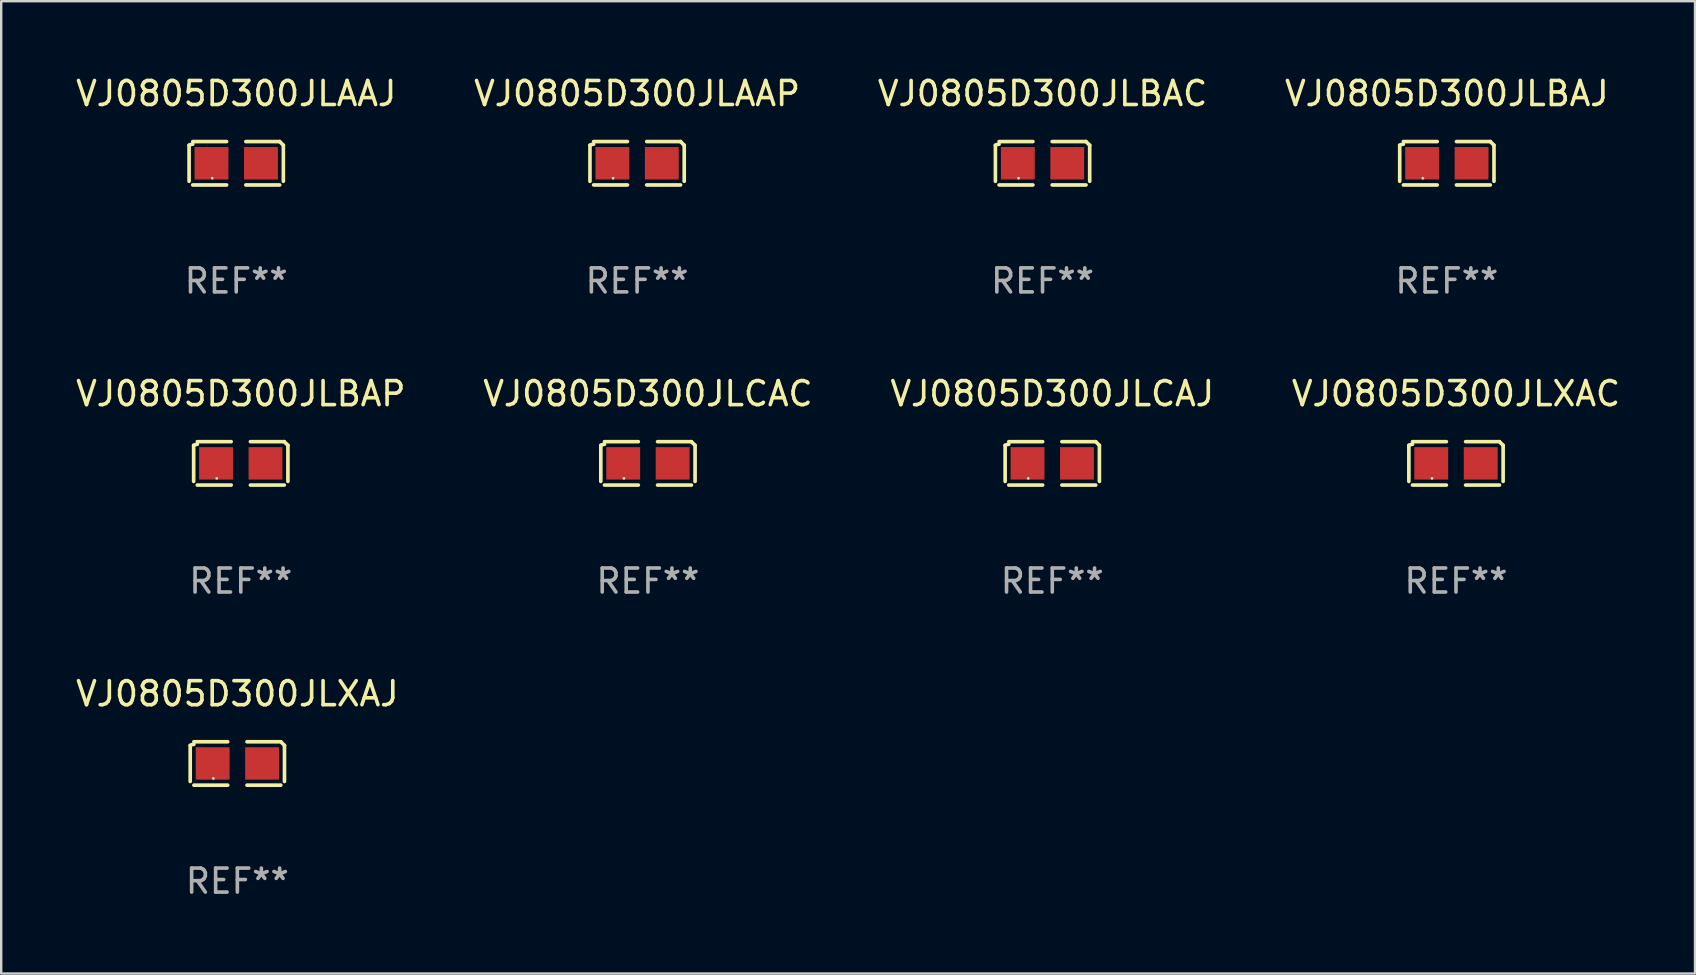
<source format=kicad_pcb>
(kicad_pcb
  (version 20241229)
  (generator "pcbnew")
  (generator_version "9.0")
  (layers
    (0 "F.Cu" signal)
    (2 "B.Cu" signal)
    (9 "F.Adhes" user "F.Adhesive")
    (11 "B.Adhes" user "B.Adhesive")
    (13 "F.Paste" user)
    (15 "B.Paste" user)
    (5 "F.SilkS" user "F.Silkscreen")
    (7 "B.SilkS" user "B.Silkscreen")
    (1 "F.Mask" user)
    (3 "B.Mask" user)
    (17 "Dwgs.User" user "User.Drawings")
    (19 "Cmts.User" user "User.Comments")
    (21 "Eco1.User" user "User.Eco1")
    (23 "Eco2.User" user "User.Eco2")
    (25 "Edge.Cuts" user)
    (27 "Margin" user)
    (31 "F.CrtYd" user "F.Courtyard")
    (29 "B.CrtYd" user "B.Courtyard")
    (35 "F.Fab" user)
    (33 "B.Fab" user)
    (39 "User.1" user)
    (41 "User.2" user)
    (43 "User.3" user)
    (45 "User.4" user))
  (footprint "VJ0805D300JLAAP"
    (layer "F.Cu")
    (at 23.494 3.752)
    (property "Reference" "VJ0805D300JLAAP" (at 0 -2.904 0) (layer "F.SilkS") (effects (font (size 1 1) (thickness 0.15))))
    (attr through_hole)
    (fp_line (start -1.964 0.751) (end -1.964 -0.751) (stroke (width 0.152) (type solid)) (layer "F.SilkS"))
    (fp_line (start -1.811 -0.904) (end -0.401 -0.904) (stroke (width 0.152) (type solid)) (layer "F.SilkS"))
    (fp_line (start -0.401 0.904) (end -1.811 0.904) (stroke (width 0.152) (type solid)) (layer "F.SilkS"))
    (fp_line (start 0.401 0.904) (end 1.811 0.904) (stroke (width 0.152) (type solid)) (layer "F.SilkS"))
    (fp_line (start 1.811 -0.904) (end 0.401 -0.904) (stroke (width 0.152) (type solid)) (layer "F.SilkS"))
    (fp_line (start 1.964 0.751) (end 1.964 -0.751) (stroke (width 0.152) (type solid)) (layer "F.SilkS"))
    (fp_arc (start -1.963602 -0.751207) (mid -1.890354 -0.783131) (end -1.811201 -0.794044) (stroke (width 0.1524) (type solid)) (layer "F.SilkS"))
    (fp_arc (start 1.811202 -0.903607) (mid 1.887413 -0.827418) (end 1.963602 -0.751207) (stroke (width 0.1524) (type solid)) (layer "F.SilkS"))
    (fp_circle (center -1 0.625) (end -0.97 0.625) (stroke (width 0.06) (type solid)) (fill no) (layer "F.SilkS"))
    (fp_text user "REF**" (at 0 4.904 0) (layer "F.Fab") (effects (font (size 1 1) (thickness 0.15))))
    (pad "1" smd rect (at -1.03 0) (size 1.41 1.35) (layers "F.Cu" "F.Mask" "F.Paste"))
    (pad "2" smd rect (at 1.03 0) (size 1.41 1.35) (layers "F.Cu" "F.Mask" "F.Paste")))
  (footprint "VJ0805D300JLXAC"
    (layer "F.Cu")
    (at 57.613 16.256)
    (property "Reference" "VJ0805D300JLXAC" (at 0 -2.904 0) (layer "F.SilkS") (effects (font (size 1 1) (thickness 0.15))))
    (attr through_hole)
    (fp_line (start -1.964 0.751) (end -1.964 -0.751) (stroke (width 0.152) (type solid)) (layer "F.SilkS"))
    (fp_line (start -1.811 -0.904) (end -0.401 -0.904) (stroke (width 0.152) (type solid)) (layer "F.SilkS"))
    (fp_line (start -0.401 0.904) (end -1.811 0.904) (stroke (width 0.152) (type solid)) (layer "F.SilkS"))
    (fp_line (start 0.401 0.904) (end 1.811 0.904) (stroke (width 0.152) (type solid)) (layer "F.SilkS"))
    (fp_line (start 1.811 -0.904) (end 0.401 -0.904) (stroke (width 0.152) (type solid)) (layer "F.SilkS"))
    (fp_line (start 1.964 0.751) (end 1.964 -0.751) (stroke (width 0.152) (type solid)) (layer "F.SilkS"))
    (fp_arc (start -1.963602 -0.751207) (mid -1.890354 -0.783131) (end -1.811201 -0.794044) (stroke (width 0.1524) (type solid)) (layer "F.SilkS"))
    (fp_arc (start 1.811202 -0.903607) (mid 1.887413 -0.827418) (end 1.963602 -0.751207) (stroke (width 0.1524) (type solid)) (layer "F.SilkS"))
    (fp_circle (center -1 0.625) (end -0.97 0.625) (stroke (width 0.06) (type solid)) (fill no) (layer "F.SilkS"))
    (fp_text user "REF**" (at 0 4.904 0) (layer "F.Fab") (effects (font (size 1 1) (thickness 0.15))))
    (pad "1" smd rect (at -1.03 0) (size 1.41 1.35) (layers "F.Cu" "F.Mask" "F.Paste"))
    (pad "2" smd rect (at 1.03 0) (size 1.41 1.35) (layers "F.Cu" "F.Mask" "F.Paste")))
  (footprint "VJ0805D300JLCAC"
    (layer "F.Cu")
    (at 23.946 16.256)
    (property "Reference" "VJ0805D300JLCAC" (at 0 -2.904 0) (layer "F.SilkS") (effects (font (size 1 1) (thickness 0.15))))
    (attr through_hole)
    (fp_line (start -1.964 0.751) (end -1.964 -0.751) (stroke (width 0.152) (type solid)) (layer "F.SilkS"))
    (fp_line (start -1.811 -0.904) (end -0.401 -0.904) (stroke (width 0.152) (type solid)) (layer "F.SilkS"))
    (fp_line (start -0.401 0.904) (end -1.811 0.904) (stroke (width 0.152) (type solid)) (layer "F.SilkS"))
    (fp_line (start 0.401 0.904) (end 1.811 0.904) (stroke (width 0.152) (type solid)) (layer "F.SilkS"))
    (fp_line (start 1.811 -0.904) (end 0.401 -0.904) (stroke (width 0.152) (type solid)) (layer "F.SilkS"))
    (fp_line (start 1.964 0.751) (end 1.964 -0.751) (stroke (width 0.152) (type solid)) (layer "F.SilkS"))
    (fp_arc (start -1.963602 -0.751207) (mid -1.890354 -0.783131) (end -1.811201 -0.794044) (stroke (width 0.1524) (type solid)) (layer "F.SilkS"))
    (fp_arc (start 1.811202 -0.903607) (mid 1.887413 -0.827418) (end 1.963602 -0.751207) (stroke (width 0.1524) (type solid)) (layer "F.SilkS"))
    (fp_circle (center -1 0.625) (end -0.97 0.625) (stroke (width 0.06) (type solid)) (fill no) (layer "F.SilkS"))
    (fp_text user "REF**" (at 0 4.904 0) (layer "F.Fab") (effects (font (size 1 1) (thickness 0.15))))
    (pad "1" smd rect (at -1.03 0) (size 1.41 1.35) (layers "F.Cu" "F.Mask" "F.Paste"))
    (pad "2" smd rect (at 1.03 0) (size 1.41 1.35) (layers "F.Cu" "F.Mask" "F.Paste")))
  (footprint "VJ0805D300JLBAJ"
    (layer "F.Cu")
    (at 57.232 3.752)
    (property "Reference" "VJ0805D300JLBAJ" (at 0 -2.904 0) (layer "F.SilkS") (effects (font (size 1 1) (thickness 0.15))))
    (attr through_hole)
    (fp_line (start -1.964 0.751) (end -1.964 -0.751) (stroke (width 0.152) (type solid)) (layer "F.SilkS"))
    (fp_line (start -1.811 -0.904) (end -0.401 -0.904) (stroke (width 0.152) (type solid)) (layer "F.SilkS"))
    (fp_line (start -0.401 0.904) (end -1.811 0.904) (stroke (width 0.152) (type solid)) (layer "F.SilkS"))
    (fp_line (start 0.401 0.904) (end 1.811 0.904) (stroke (width 0.152) (type solid)) (layer "F.SilkS"))
    (fp_line (start 1.811 -0.904) (end 0.401 -0.904) (stroke (width 0.152) (type solid)) (layer "F.SilkS"))
    (fp_line (start 1.964 0.751) (end 1.964 -0.751) (stroke (width 0.152) (type solid)) (layer "F.SilkS"))
    (fp_arc (start -1.963602 -0.751207) (mid -1.890354 -0.783131) (end -1.811201 -0.794044) (stroke (width 0.1524) (type solid)) (layer "F.SilkS"))
    (fp_arc (start 1.811202 -0.903607) (mid 1.887413 -0.827418) (end 1.963602 -0.751207) (stroke (width 0.1524) (type solid)) (layer "F.SilkS"))
    (fp_circle (center -1 0.625) (end -0.97 0.625) (stroke (width 0.06) (type solid)) (fill no) (layer "F.SilkS"))
    (fp_text user "REF**" (at 0 4.904 0) (layer "F.Fab") (effects (font (size 1 1) (thickness 0.15))))
    (pad "1" smd rect (at -1.03 0) (size 1.41 1.35) (layers "F.Cu" "F.Mask" "F.Paste"))
    (pad "2" smd rect (at 1.03 0) (size 1.41 1.35) (layers "F.Cu" "F.Mask" "F.Paste")))
  (footprint "VJ0805D300JLAAJ"
    (layer "F.Cu")
    (at 6.792 3.752)
    (property "Reference" "VJ0805D300JLAAJ" (at 0 -2.904 0) (layer "F.SilkS") (effects (font (size 1 1) (thickness 0.15))))
    (attr through_hole)
    (fp_line (start -1.964 0.751) (end -1.964 -0.751) (stroke (width 0.152) (type solid)) (layer "F.SilkS"))
    (fp_line (start -1.811 -0.904) (end -0.401 -0.904) (stroke (width 0.152) (type solid)) (layer "F.SilkS"))
    (fp_line (start -0.401 0.904) (end -1.811 0.904) (stroke (width 0.152) (type solid)) (layer "F.SilkS"))
    (fp_line (start 0.401 0.904) (end 1.811 0.904) (stroke (width 0.152) (type solid)) (layer "F.SilkS"))
    (fp_line (start 1.811 -0.904) (end 0.401 -0.904) (stroke (width 0.152) (type solid)) (layer "F.SilkS"))
    (fp_line (start 1.964 0.751) (end 1.964 -0.751) (stroke (width 0.152) (type solid)) (layer "F.SilkS"))
    (fp_arc (start -1.963602 -0.751207) (mid -1.890354 -0.783131) (end -1.811201 -0.794044) (stroke (width 0.1524) (type solid)) (layer "F.SilkS"))
    (fp_arc (start 1.811202 -0.903607) (mid 1.887413 -0.827418) (end 1.963602 -0.751207) (stroke (width 0.1524) (type solid)) (layer "F.SilkS"))
    (fp_circle (center -1 0.625) (end -0.97 0.625) (stroke (width 0.06) (type solid)) (fill no) (layer "F.SilkS"))
    (fp_text user "REF**" (at 0 4.904 0) (layer "F.Fab") (effects (font (size 1 1) (thickness 0.15))))
    (pad "1" smd rect (at -1.03 0) (size 1.41 1.35) (layers "F.Cu" "F.Mask" "F.Paste"))
    (pad "2" smd rect (at 1.03 0) (size 1.41 1.35) (layers "F.Cu" "F.Mask" "F.Paste")))
  (footprint "VJ0805D300JLXAJ"
    (layer "F.Cu")
    (at 6.839 28.759)
    (property "Reference" "VJ0805D300JLXAJ" (at 0 -2.904 0) (layer "F.SilkS") (effects (font (size 1 1) (thickness 0.15))))
    (attr through_hole)
    (fp_line (start -1.964 0.751) (end -1.964 -0.751) (stroke (width 0.152) (type solid)) (layer "F.SilkS"))
    (fp_line (start -1.811 -0.904) (end -0.401 -0.904) (stroke (width 0.152) (type solid)) (layer "F.SilkS"))
    (fp_line (start -0.401 0.904) (end -1.811 0.904) (stroke (width 0.152) (type solid)) (layer "F.SilkS"))
    (fp_line (start 0.401 0.904) (end 1.811 0.904) (stroke (width 0.152) (type solid)) (layer "F.SilkS"))
    (fp_line (start 1.811 -0.904) (end 0.401 -0.904) (stroke (width 0.152) (type solid)) (layer "F.SilkS"))
    (fp_line (start 1.964 0.751) (end 1.964 -0.751) (stroke (width 0.152) (type solid)) (layer "F.SilkS"))
    (fp_arc (start -1.963602 -0.751207) (mid -1.890354 -0.783131) (end -1.811201 -0.794044) (stroke (width 0.1524) (type solid)) (layer "F.SilkS"))
    (fp_arc (start 1.811202 -0.903607) (mid 1.887413 -0.827418) (end 1.963602 -0.751207) (stroke (width 0.1524) (type solid)) (layer "F.SilkS"))
    (fp_circle (center -1 0.625) (end -0.97 0.625) (stroke (width 0.06) (type solid)) (fill no) (layer "F.SilkS"))
    (fp_text user "REF**" (at 0 4.904 0) (layer "F.Fab") (effects (font (size 1 1) (thickness 0.15))))
    (pad "1" smd rect (at -1.03 0) (size 1.41 1.35) (layers "F.Cu" "F.Mask" "F.Paste"))
    (pad "2" smd rect (at 1.03 0) (size 1.41 1.35) (layers "F.Cu" "F.Mask" "F.Paste")))
  (footprint "VJ0805D300JLCAJ"
    (layer "F.Cu")
    (at 40.792 16.256)
    (property "Reference" "VJ0805D300JLCAJ" (at 0 -2.904 0) (layer "F.SilkS") (effects (font (size 1 1) (thickness 0.15))))
    (attr through_hole)
    (fp_line (start -1.964 0.751) (end -1.964 -0.751) (stroke (width 0.152) (type solid)) (layer "F.SilkS"))
    (fp_line (start -1.811 -0.904) (end -0.401 -0.904) (stroke (width 0.152) (type solid)) (layer "F.SilkS"))
    (fp_line (start -0.401 0.904) (end -1.811 0.904) (stroke (width 0.152) (type solid)) (layer "F.SilkS"))
    (fp_line (start 0.401 0.904) (end 1.811 0.904) (stroke (width 0.152) (type solid)) (layer "F.SilkS"))
    (fp_line (start 1.811 -0.904) (end 0.401 -0.904) (stroke (width 0.152) (type solid)) (layer "F.SilkS"))
    (fp_line (start 1.964 0.751) (end 1.964 -0.751) (stroke (width 0.152) (type solid)) (layer "F.SilkS"))
    (fp_arc (start -1.963602 -0.751207) (mid -1.890354 -0.783131) (end -1.811201 -0.794044) (stroke (width 0.1524) (type solid)) (layer "F.SilkS"))
    (fp_arc (start 1.811202 -0.903607) (mid 1.887413 -0.827418) (end 1.963602 -0.751207) (stroke (width 0.1524) (type solid)) (layer "F.SilkS"))
    (fp_circle (center -1 0.625) (end -0.97 0.625) (stroke (width 0.06) (type solid)) (fill no) (layer "F.SilkS"))
    (fp_text user "REF**" (at 0 4.904 0) (layer "F.Fab") (effects (font (size 1 1) (thickness 0.15))))
    (pad "1" smd rect (at -1.03 0) (size 1.41 1.35) (layers "F.Cu" "F.Mask" "F.Paste"))
    (pad "2" smd rect (at 1.03 0) (size 1.41 1.35) (layers "F.Cu" "F.Mask" "F.Paste")))
  (footprint "VJ0805D300JLBAP"
    (layer "F.Cu")
    (at 6.982 16.256)
    (property "Reference" "VJ0805D300JLBAP" (at 0 -2.904 0) (layer "F.SilkS") (effects (font (size 1 1) (thickness 0.15))))
    (attr through_hole)
    (fp_line (start -1.964 0.751) (end -1.964 -0.751) (stroke (width 0.152) (type solid)) (layer "F.SilkS"))
    (fp_line (start -1.811 -0.904) (end -0.401 -0.904) (stroke (width 0.152) (type solid)) (layer "F.SilkS"))
    (fp_line (start -0.401 0.904) (end -1.811 0.904) (stroke (width 0.152) (type solid)) (layer "F.SilkS"))
    (fp_line (start 0.401 0.904) (end 1.811 0.904) (stroke (width 0.152) (type solid)) (layer "F.SilkS"))
    (fp_line (start 1.811 -0.904) (end 0.401 -0.904) (stroke (width 0.152) (type solid)) (layer "F.SilkS"))
    (fp_line (start 1.964 0.751) (end 1.964 -0.751) (stroke (width 0.152) (type solid)) (layer "F.SilkS"))
    (fp_arc (start -1.963602 -0.751207) (mid -1.890354 -0.783131) (end -1.811201 -0.794044) (stroke (width 0.1524) (type solid)) (layer "F.SilkS"))
    (fp_arc (start 1.811202 -0.903607) (mid 1.887413 -0.827418) (end 1.963602 -0.751207) (stroke (width 0.1524) (type solid)) (layer "F.SilkS"))
    (fp_circle (center -1 0.625) (end -0.97 0.625) (stroke (width 0.06) (type solid)) (fill no) (layer "F.SilkS"))
    (fp_text user "REF**" (at 0 4.904 0) (layer "F.Fab") (effects (font (size 1 1) (thickness 0.15))))
    (pad "1" smd rect (at -1.03 0) (size 1.41 1.35) (layers "F.Cu" "F.Mask" "F.Paste"))
    (pad "2" smd rect (at 1.03 0) (size 1.41 1.35) (layers "F.Cu" "F.Mask" "F.Paste")))
  (footprint "VJ0805D300JLBAC"
    (layer "F.Cu")
    (at 40.387 3.752)
    (property "Reference" "VJ0805D300JLBAC" (at 0 -2.904 0) (layer "F.SilkS") (effects (font (size 1 1) (thickness 0.15))))
    (attr through_hole)
    (fp_line (start -1.964 0.751) (end -1.964 -0.751) (stroke (width 0.152) (type solid)) (layer "F.SilkS"))
    (fp_line (start -1.811 -0.904) (end -0.401 -0.904) (stroke (width 0.152) (type solid)) (layer "F.SilkS"))
    (fp_line (start -0.401 0.904) (end -1.811 0.904) (stroke (width 0.152) (type solid)) (layer "F.SilkS"))
    (fp_line (start 0.401 0.904) (end 1.811 0.904) (stroke (width 0.152) (type solid)) (layer "F.SilkS"))
    (fp_line (start 1.811 -0.904) (end 0.401 -0.904) (stroke (width 0.152) (type solid)) (layer "F.SilkS"))
    (fp_line (start 1.964 0.751) (end 1.964 -0.751) (stroke (width 0.152) (type solid)) (layer "F.SilkS"))
    (fp_arc (start -1.963602 -0.751207) (mid -1.890354 -0.783131) (end -1.811201 -0.794044) (stroke (width 0.1524) (type solid)) (layer "F.SilkS"))
    (fp_arc (start 1.811202 -0.903607) (mid 1.887413 -0.827418) (end 1.963602 -0.751207) (stroke (width 0.1524) (type solid)) (layer "F.SilkS"))
    (fp_circle (center -1 0.625) (end -0.97 0.625) (stroke (width 0.06) (type solid)) (fill no) (layer "F.SilkS"))
    (fp_text user "REF**" (at 0 4.904 0) (layer "F.Fab") (effects (font (size 1 1) (thickness 0.15))))
    (pad "1" smd rect (at -1.03 0) (size 1.41 1.35) (layers "F.Cu" "F.Mask" "F.Paste"))
    (pad "2" smd rect (at 1.03 0) (size 1.41 1.35) (layers "F.Cu" "F.Mask" "F.Paste")))
  (gr_rect
    (start -3 -3)
    (end 67.571 37.511)
    (stroke (width 0.1) (type default))
    (fill no)
    (layer "Edge.Cuts")))
</source>
